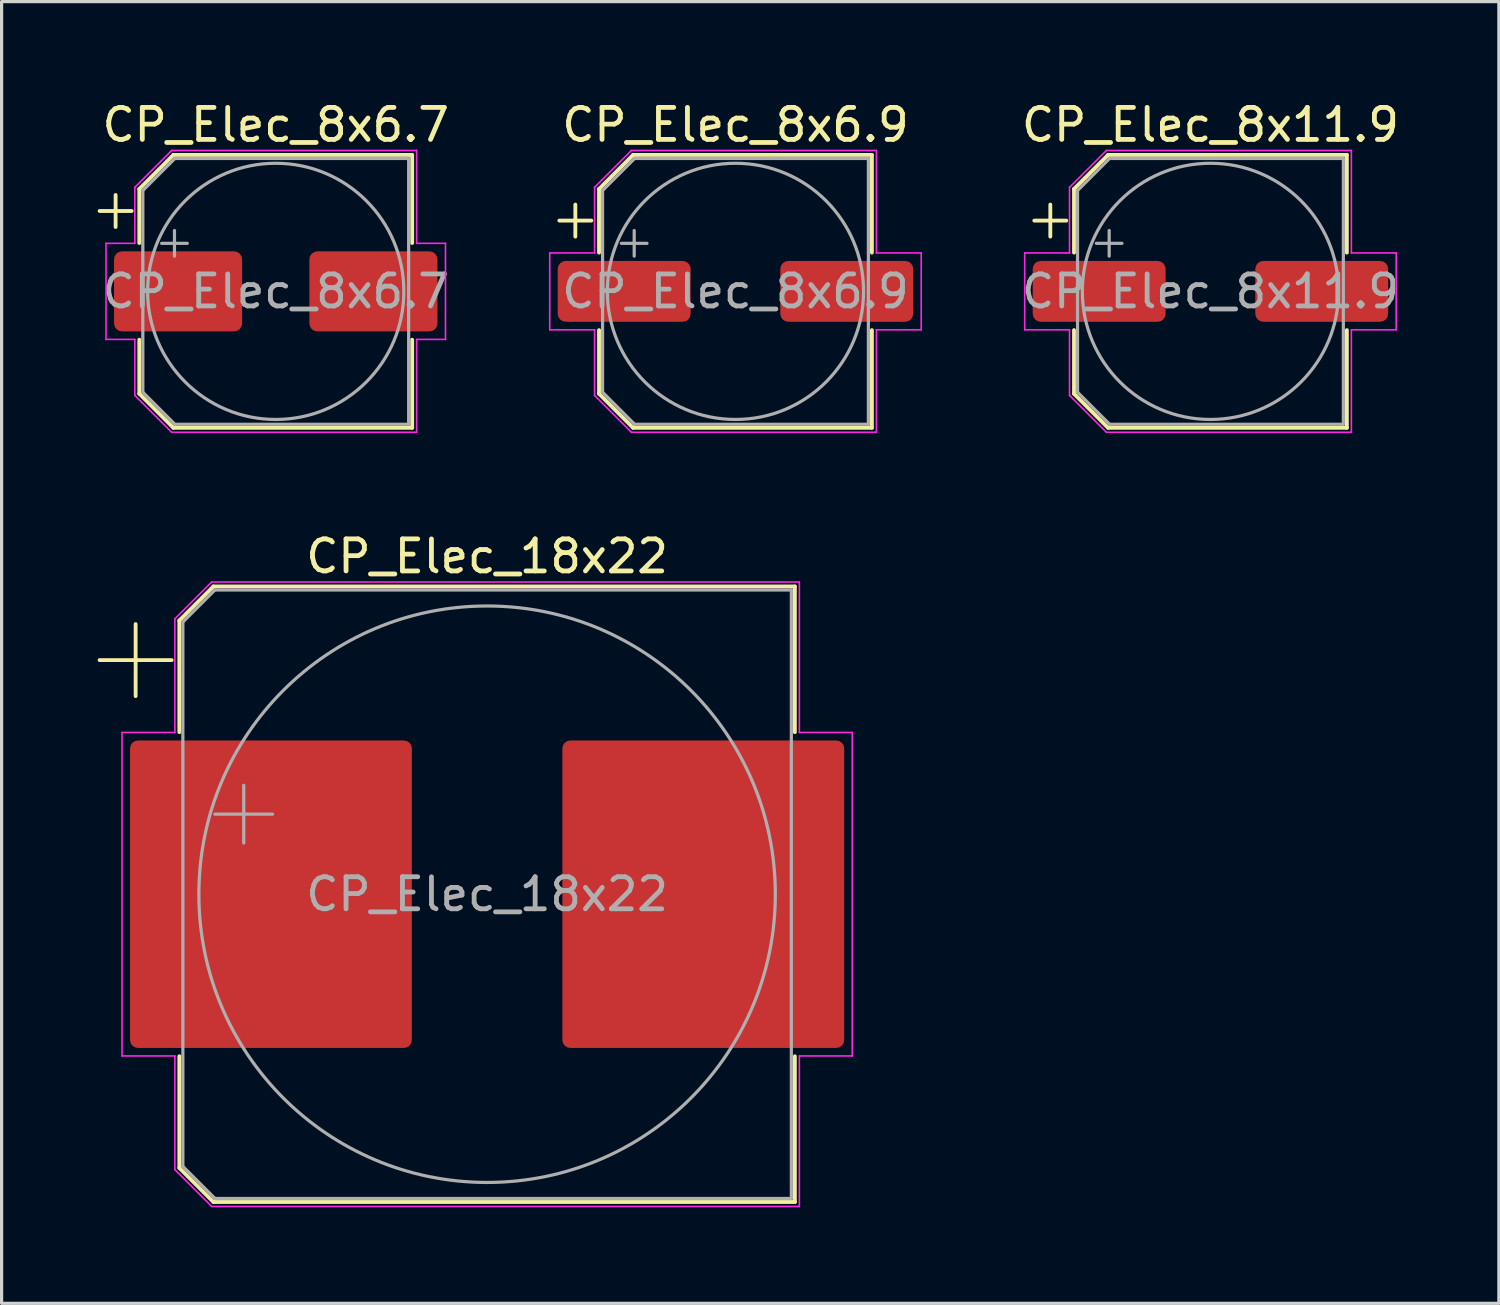
<source format=kicad_pcb>
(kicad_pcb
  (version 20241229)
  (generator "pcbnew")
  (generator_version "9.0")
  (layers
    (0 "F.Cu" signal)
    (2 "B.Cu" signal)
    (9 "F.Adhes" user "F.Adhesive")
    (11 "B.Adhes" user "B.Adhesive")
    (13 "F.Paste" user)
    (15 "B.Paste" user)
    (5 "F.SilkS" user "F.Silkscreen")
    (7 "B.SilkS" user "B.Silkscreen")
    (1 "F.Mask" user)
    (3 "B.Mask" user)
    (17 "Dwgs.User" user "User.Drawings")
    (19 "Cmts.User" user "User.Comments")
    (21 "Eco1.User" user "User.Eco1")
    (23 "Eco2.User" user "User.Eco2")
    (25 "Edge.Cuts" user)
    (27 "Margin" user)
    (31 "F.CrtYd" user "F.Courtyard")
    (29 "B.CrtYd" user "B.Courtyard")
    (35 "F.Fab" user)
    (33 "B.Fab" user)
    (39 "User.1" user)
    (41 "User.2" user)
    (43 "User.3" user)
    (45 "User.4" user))
  (footprint "CP_Elec_8x6.9"
    (layer "F.Cu")
    (at 19.915 6.048)
    (property "Reference" "CP_Elec_8x6.9" (at 0 -5.2 0) (layer "F.SilkS") (effects (font (size 1 1) (thickness 0.15))))
    (attr smd)
    (fp_line (start -5.5 -2.21) (end -4.5 -2.21) (stroke (width 0.12) (type solid)) (layer "F.SilkS"))
    (fp_line (start -5 -2.71) (end -5 -1.71) (stroke (width 0.12) (type solid)) (layer "F.SilkS"))
    (fp_line (start -4.26 -3.196) (end -4.26 -1.21) (stroke (width 0.12) (type solid)) (layer "F.SilkS"))
    (fp_line (start -4.26 -3.196) (end -3.196 -4.26) (stroke (width 0.12) (type solid)) (layer "F.SilkS"))
    (fp_line (start -4.26 3.196) (end -4.26 1.21) (stroke (width 0.12) (type solid)) (layer "F.SilkS"))
    (fp_line (start -4.26 3.196) (end -3.196 4.26) (stroke (width 0.12) (type solid)) (layer "F.SilkS"))
    (fp_line (start -3.196 -4.26) (end 4.26 -4.26) (stroke (width 0.12) (type solid)) (layer "F.SilkS"))
    (fp_line (start -3.196 4.26) (end 4.26 4.26) (stroke (width 0.12) (type solid)) (layer "F.SilkS"))
    (fp_line (start 4.26 -4.26) (end 4.26 -1.21) (stroke (width 0.12) (type solid)) (layer "F.SilkS"))
    (fp_line (start 4.26 4.26) (end 4.26 1.21) (stroke (width 0.12) (type solid)) (layer "F.SilkS"))
    (fp_line (start -5.8 -1.2) (end -5.8 1.2) (stroke (width 0.05) (type solid)) (layer "F.CrtYd"))
    (fp_line (start -5.8 1.2) (end -4.4 1.2) (stroke (width 0.05) (type solid)) (layer "F.CrtYd"))
    (fp_line (start -4.4 -3.25) (end -4.4 -1.2) (stroke (width 0.05) (type solid)) (layer "F.CrtYd"))
    (fp_line (start -4.4 -3.25) (end -3.25 -4.4) (stroke (width 0.05) (type solid)) (layer "F.CrtYd"))
    (fp_line (start -4.4 -1.2) (end -5.8 -1.2) (stroke (width 0.05) (type solid)) (layer "F.CrtYd"))
    (fp_line (start -4.4 1.2) (end -4.4 3.25) (stroke (width 0.05) (type solid)) (layer "F.CrtYd"))
    (fp_line (start -4.4 3.25) (end -3.25 4.4) (stroke (width 0.05) (type solid)) (layer "F.CrtYd"))
    (fp_line (start -3.25 -4.4) (end 4.4 -4.4) (stroke (width 0.05) (type solid)) (layer "F.CrtYd"))
    (fp_line (start -3.25 4.4) (end 4.4 4.4) (stroke (width 0.05) (type solid)) (layer "F.CrtYd"))
    (fp_line (start 4.4 -4.4) (end 4.4 -1.2) (stroke (width 0.05) (type solid)) (layer "F.CrtYd"))
    (fp_line (start 4.4 -1.2) (end 5.8 -1.2) (stroke (width 0.05) (type solid)) (layer "F.CrtYd"))
    (fp_line (start 4.4 1.2) (end 4.4 4.4) (stroke (width 0.05) (type solid)) (layer "F.CrtYd"))
    (fp_line (start 5.8 -1.2) (end 5.8 1.2) (stroke (width 0.05) (type solid)) (layer "F.CrtYd"))
    (fp_line (start 5.8 1.2) (end 4.4 1.2) (stroke (width 0.05) (type solid)) (layer "F.CrtYd"))
    (fp_line (start -4.15 -3.15) (end -4.15 3.15) (stroke (width 0.1) (type solid)) (layer "F.Fab"))
    (fp_line (start -4.15 -3.15) (end -3.15 -4.15) (stroke (width 0.1) (type solid)) (layer "F.Fab"))
    (fp_line (start -4.15 3.15) (end -3.15 4.15) (stroke (width 0.1) (type solid)) (layer "F.Fab"))
    (fp_line (start -3.562 -1.5) (end -2.762 -1.5) (stroke (width 0.1) (type solid)) (layer "F.Fab"))
    (fp_line (start -3.162 -1.9) (end -3.162 -1.1) (stroke (width 0.1) (type solid)) (layer "F.Fab"))
    (fp_line (start -3.15 -4.15) (end 4.15 -4.15) (stroke (width 0.1) (type solid)) (layer "F.Fab"))
    (fp_line (start -3.15 4.15) (end 4.15 4.15) (stroke (width 0.1) (type solid)) (layer "F.Fab"))
    (fp_line (start 4.15 -4.15) (end 4.15 4.15) (stroke (width 0.1) (type solid)) (layer "F.Fab"))
    (fp_circle (center 0 0) (end 4 0) (stroke (width 0.1) (type solid)) (fill no) (layer "F.Fab"))
    (fp_text user "${REFERENCE}" (at 0 0 0) (layer "F.Fab") (effects (font (size 1 1) (thickness 0.15))))
    (pad "1" smd roundrect (at -3.475 0) (size 4.15 1.9) (layers "F.Cu" "F.Mask" "F.Paste") (roundrect_rratio 0.132))
    (pad "2" smd roundrect (at 3.475 0) (size 4.15 1.9) (layers "F.Cu" "F.Mask" "F.Paste") (roundrect_rratio 0.132)))
  (footprint "CP_Elec_18x22"
    (layer "F.Cu")
    (at 12.16 24.872)
    (property "Reference" "CP_Elec_18x22" (at 0 -10.55 0) (layer "F.SilkS") (effects (font (size 1 1) (thickness 0.15))))
    (attr smd)
    (fp_line (start -12.1 -7.31) (end -9.85 -7.31) (stroke (width 0.12) (type solid)) (layer "F.SilkS"))
    (fp_line (start -10.975 -8.435) (end -10.975 -6.185) (stroke (width 0.12) (type solid)) (layer "F.SilkS"))
    (fp_line (start -9.61 -8.546) (end -9.61 -5.06) (stroke (width 0.12) (type solid)) (layer "F.SilkS"))
    (fp_line (start -9.61 -8.546) (end -8.546 -9.61) (stroke (width 0.12) (type solid)) (layer "F.SilkS"))
    (fp_line (start -9.61 8.546) (end -9.61 5.06) (stroke (width 0.12) (type solid)) (layer "F.SilkS"))
    (fp_line (start -9.61 8.546) (end -8.546 9.61) (stroke (width 0.12) (type solid)) (layer "F.SilkS"))
    (fp_line (start -8.546 -9.61) (end 9.61 -9.61) (stroke (width 0.12) (type solid)) (layer "F.SilkS"))
    (fp_line (start -8.546 9.61) (end 9.61 9.61) (stroke (width 0.12) (type solid)) (layer "F.SilkS"))
    (fp_line (start 9.61 -9.61) (end 9.61 -5.06) (stroke (width 0.12) (type solid)) (layer "F.SilkS"))
    (fp_line (start 9.61 9.61) (end 9.61 5.06) (stroke (width 0.12) (type solid)) (layer "F.SilkS"))
    (fp_line (start -11.4 -5.05) (end -11.4 5.05) (stroke (width 0.05) (type solid)) (layer "F.CrtYd"))
    (fp_line (start -11.4 5.05) (end -9.75 5.05) (stroke (width 0.05) (type solid)) (layer "F.CrtYd"))
    (fp_line (start -9.75 -8.6) (end -9.75 -5.05) (stroke (width 0.05) (type solid)) (layer "F.CrtYd"))
    (fp_line (start -9.75 -8.6) (end -8.6 -9.75) (stroke (width 0.05) (type solid)) (layer "F.CrtYd"))
    (fp_line (start -9.75 -5.05) (end -11.4 -5.05) (stroke (width 0.05) (type solid)) (layer "F.CrtYd"))
    (fp_line (start -9.75 5.05) (end -9.75 8.6) (stroke (width 0.05) (type solid)) (layer "F.CrtYd"))
    (fp_line (start -9.75 8.6) (end -8.6 9.75) (stroke (width 0.05) (type solid)) (layer "F.CrtYd"))
    (fp_line (start -8.6 -9.75) (end 9.75 -9.75) (stroke (width 0.05) (type solid)) (layer "F.CrtYd"))
    (fp_line (start -8.6 9.75) (end 9.75 9.75) (stroke (width 0.05) (type solid)) (layer "F.CrtYd"))
    (fp_line (start 9.75 -9.75) (end 9.75 -5.05) (stroke (width 0.05) (type solid)) (layer "F.CrtYd"))
    (fp_line (start 9.75 -5.05) (end 11.4 -5.05) (stroke (width 0.05) (type solid)) (layer "F.CrtYd"))
    (fp_line (start 9.75 5.05) (end 9.75 9.75) (stroke (width 0.05) (type solid)) (layer "F.CrtYd"))
    (fp_line (start 11.4 -5.05) (end 11.4 5.05) (stroke (width 0.05) (type solid)) (layer "F.CrtYd"))
    (fp_line (start 11.4 5.05) (end 9.75 5.05) (stroke (width 0.05) (type solid)) (layer "F.CrtYd"))
    (fp_line (start -9.5 -8.5) (end -9.5 8.5) (stroke (width 0.1) (type solid)) (layer "F.Fab"))
    (fp_line (start -9.5 -8.5) (end -8.5 -9.5) (stroke (width 0.1) (type solid)) (layer "F.Fab"))
    (fp_line (start -9.5 8.5) (end -8.5 9.5) (stroke (width 0.1) (type solid)) (layer "F.Fab"))
    (fp_line (start -8.5 -9.5) (end 9.5 -9.5) (stroke (width 0.1) (type solid)) (layer "F.Fab"))
    (fp_line (start -8.5 9.5) (end 9.5 9.5) (stroke (width 0.1) (type solid)) (layer "F.Fab"))
    (fp_line (start -8.499 -2.5) (end -6.699 -2.5) (stroke (width 0.1) (type solid)) (layer "F.Fab"))
    (fp_line (start -7.599 -3.4) (end -7.599 -1.6) (stroke (width 0.1) (type solid)) (layer "F.Fab"))
    (fp_line (start 9.5 -9.5) (end 9.5 9.5) (stroke (width 0.1) (type solid)) (layer "F.Fab"))
    (fp_circle (center 0 0) (end 9 0) (stroke (width 0.1) (type solid)) (fill no) (layer "F.Fab"))
    (fp_text user "${REFERENCE}" (at 0 0 0) (layer "F.Fab") (effects (font (size 1 1) (thickness 0.15))))
    (pad "1" smd roundrect (at -6.75 0) (size 8.8 9.6) (layers "F.Cu" "F.Mask" "F.Paste") (roundrect_rratio 0.028))
    (pad "2" smd roundrect (at 6.75 0) (size 8.8 9.6) (layers "F.Cu" "F.Mask" "F.Paste") (roundrect_rratio 0.028)))
  (footprint "CP_Elec_8x11.9"
    (layer "F.Cu")
    (at 34.746 6.048)
    (property "Reference" "CP_Elec_8x11.9" (at 0 -5.2 0) (layer "F.SilkS") (effects (font (size 1 1) (thickness 0.15))))
    (attr smd)
    (fp_line (start -5.5 -2.21) (end -4.5 -2.21) (stroke (width 0.12) (type solid)) (layer "F.SilkS"))
    (fp_line (start -5 -2.71) (end -5 -1.71) (stroke (width 0.12) (type solid)) (layer "F.SilkS"))
    (fp_line (start -4.26 -3.196) (end -4.26 -1.21) (stroke (width 0.12) (type solid)) (layer "F.SilkS"))
    (fp_line (start -4.26 -3.196) (end -3.196 -4.26) (stroke (width 0.12) (type solid)) (layer "F.SilkS"))
    (fp_line (start -4.26 3.196) (end -4.26 1.21) (stroke (width 0.12) (type solid)) (layer "F.SilkS"))
    (fp_line (start -4.26 3.196) (end -3.196 4.26) (stroke (width 0.12) (type solid)) (layer "F.SilkS"))
    (fp_line (start -3.196 -4.26) (end 4.26 -4.26) (stroke (width 0.12) (type solid)) (layer "F.SilkS"))
    (fp_line (start -3.196 4.26) (end 4.26 4.26) (stroke (width 0.12) (type solid)) (layer "F.SilkS"))
    (fp_line (start 4.26 -4.26) (end 4.26 -1.21) (stroke (width 0.12) (type solid)) (layer "F.SilkS"))
    (fp_line (start 4.26 4.26) (end 4.26 1.21) (stroke (width 0.12) (type solid)) (layer "F.SilkS"))
    (fp_line (start -5.8 -1.2) (end -5.8 1.2) (stroke (width 0.05) (type solid)) (layer "F.CrtYd"))
    (fp_line (start -5.8 1.2) (end -4.4 1.2) (stroke (width 0.05) (type solid)) (layer "F.CrtYd"))
    (fp_line (start -4.4 -3.25) (end -4.4 -1.2) (stroke (width 0.05) (type solid)) (layer "F.CrtYd"))
    (fp_line (start -4.4 -3.25) (end -3.25 -4.4) (stroke (width 0.05) (type solid)) (layer "F.CrtYd"))
    (fp_line (start -4.4 -1.2) (end -5.8 -1.2) (stroke (width 0.05) (type solid)) (layer "F.CrtYd"))
    (fp_line (start -4.4 1.2) (end -4.4 3.25) (stroke (width 0.05) (type solid)) (layer "F.CrtYd"))
    (fp_line (start -4.4 3.25) (end -3.25 4.4) (stroke (width 0.05) (type solid)) (layer "F.CrtYd"))
    (fp_line (start -3.25 -4.4) (end 4.4 -4.4) (stroke (width 0.05) (type solid)) (layer "F.CrtYd"))
    (fp_line (start -3.25 4.4) (end 4.4 4.4) (stroke (width 0.05) (type solid)) (layer "F.CrtYd"))
    (fp_line (start 4.4 -4.4) (end 4.4 -1.2) (stroke (width 0.05) (type solid)) (layer "F.CrtYd"))
    (fp_line (start 4.4 -1.2) (end 5.8 -1.2) (stroke (width 0.05) (type solid)) (layer "F.CrtYd"))
    (fp_line (start 4.4 1.2) (end 4.4 4.4) (stroke (width 0.05) (type solid)) (layer "F.CrtYd"))
    (fp_line (start 5.8 -1.2) (end 5.8 1.2) (stroke (width 0.05) (type solid)) (layer "F.CrtYd"))
    (fp_line (start 5.8 1.2) (end 4.4 1.2) (stroke (width 0.05) (type solid)) (layer "F.CrtYd"))
    (fp_line (start -4.15 -3.15) (end -4.15 3.15) (stroke (width 0.1) (type solid)) (layer "F.Fab"))
    (fp_line (start -4.15 -3.15) (end -3.15 -4.15) (stroke (width 0.1) (type solid)) (layer "F.Fab"))
    (fp_line (start -4.15 3.15) (end -3.15 4.15) (stroke (width 0.1) (type solid)) (layer "F.Fab"))
    (fp_line (start -3.562 -1.5) (end -2.762 -1.5) (stroke (width 0.1) (type solid)) (layer "F.Fab"))
    (fp_line (start -3.162 -1.9) (end -3.162 -1.1) (stroke (width 0.1) (type solid)) (layer "F.Fab"))
    (fp_line (start -3.15 -4.15) (end 4.15 -4.15) (stroke (width 0.1) (type solid)) (layer "F.Fab"))
    (fp_line (start -3.15 4.15) (end 4.15 4.15) (stroke (width 0.1) (type solid)) (layer "F.Fab"))
    (fp_line (start 4.15 -4.15) (end 4.15 4.15) (stroke (width 0.1) (type solid)) (layer "F.Fab"))
    (fp_circle (center 0 0) (end 4 0) (stroke (width 0.1) (type solid)) (fill no) (layer "F.Fab"))
    (fp_text user "${REFERENCE}" (at 0 0 0) (layer "F.Fab") (effects (font (size 1 1) (thickness 0.15))))
    (pad "1" smd roundrect (at -3.475 0) (size 4.15 1.9) (layers "F.Cu" "F.Mask" "F.Paste") (roundrect_rratio 0.132))
    (pad "2" smd roundrect (at 3.475 0) (size 4.15 1.9) (layers "F.Cu" "F.Mask" "F.Paste") (roundrect_rratio 0.132)))
  (footprint "CP_Elec_8x6.7"
    (layer "F.Cu")
    (at 5.56 6.048)
    (property "Reference" "CP_Elec_8x6.7" (at 0 -5.2 0) (layer "F.SilkS") (effects (font (size 1 1) (thickness 0.15))))
    (attr smd)
    (fp_line (start -5.5 -2.51) (end -4.5 -2.51) (stroke (width 0.12) (type solid)) (layer "F.SilkS"))
    (fp_line (start -5 -3.01) (end -5 -2.01) (stroke (width 0.12) (type solid)) (layer "F.SilkS"))
    (fp_line (start -4.26 -3.196) (end -4.26 -1.51) (stroke (width 0.12) (type solid)) (layer "F.SilkS"))
    (fp_line (start -4.26 -3.196) (end -3.196 -4.26) (stroke (width 0.12) (type solid)) (layer "F.SilkS"))
    (fp_line (start -4.26 3.196) (end -4.26 1.51) (stroke (width 0.12) (type solid)) (layer "F.SilkS"))
    (fp_line (start -4.26 3.196) (end -3.196 4.26) (stroke (width 0.12) (type solid)) (layer "F.SilkS"))
    (fp_line (start -3.196 -4.26) (end 4.26 -4.26) (stroke (width 0.12) (type solid)) (layer "F.SilkS"))
    (fp_line (start -3.196 4.26) (end 4.26 4.26) (stroke (width 0.12) (type solid)) (layer "F.SilkS"))
    (fp_line (start 4.26 -4.26) (end 4.26 -1.51) (stroke (width 0.12) (type solid)) (layer "F.SilkS"))
    (fp_line (start 4.26 4.26) (end 4.26 1.51) (stroke (width 0.12) (type solid)) (layer "F.SilkS"))
    (fp_line (start -5.3 -1.5) (end -5.3 1.5) (stroke (width 0.05) (type solid)) (layer "F.CrtYd"))
    (fp_line (start -5.3 1.5) (end -4.4 1.5) (stroke (width 0.05) (type solid)) (layer "F.CrtYd"))
    (fp_line (start -4.4 -3.25) (end -4.4 -1.5) (stroke (width 0.05) (type solid)) (layer "F.CrtYd"))
    (fp_line (start -4.4 -3.25) (end -3.25 -4.4) (stroke (width 0.05) (type solid)) (layer "F.CrtYd"))
    (fp_line (start -4.4 -1.5) (end -5.3 -1.5) (stroke (width 0.05) (type solid)) (layer "F.CrtYd"))
    (fp_line (start -4.4 1.5) (end -4.4 3.25) (stroke (width 0.05) (type solid)) (layer "F.CrtYd"))
    (fp_line (start -4.4 3.25) (end -3.25 4.4) (stroke (width 0.05) (type solid)) (layer "F.CrtYd"))
    (fp_line (start -3.25 -4.4) (end 4.4 -4.4) (stroke (width 0.05) (type solid)) (layer "F.CrtYd"))
    (fp_line (start -3.25 4.4) (end 4.4 4.4) (stroke (width 0.05) (type solid)) (layer "F.CrtYd"))
    (fp_line (start 4.4 -4.4) (end 4.4 -1.5) (stroke (width 0.05) (type solid)) (layer "F.CrtYd"))
    (fp_line (start 4.4 -1.5) (end 5.3 -1.5) (stroke (width 0.05) (type solid)) (layer "F.CrtYd"))
    (fp_line (start 4.4 1.5) (end 4.4 4.4) (stroke (width 0.05) (type solid)) (layer "F.CrtYd"))
    (fp_line (start 5.3 -1.5) (end 5.3 1.5) (stroke (width 0.05) (type solid)) (layer "F.CrtYd"))
    (fp_line (start 5.3 1.5) (end 4.4 1.5) (stroke (width 0.05) (type solid)) (layer "F.CrtYd"))
    (fp_line (start -4.15 -3.15) (end -4.15 3.15) (stroke (width 0.1) (type solid)) (layer "F.Fab"))
    (fp_line (start -4.15 -3.15) (end -3.15 -4.15) (stroke (width 0.1) (type solid)) (layer "F.Fab"))
    (fp_line (start -4.15 3.15) (end -3.15 4.15) (stroke (width 0.1) (type solid)) (layer "F.Fab"))
    (fp_line (start -3.562 -1.5) (end -2.762 -1.5) (stroke (width 0.1) (type solid)) (layer "F.Fab"))
    (fp_line (start -3.162 -1.9) (end -3.162 -1.1) (stroke (width 0.1) (type solid)) (layer "F.Fab"))
    (fp_line (start -3.15 -4.15) (end 4.15 -4.15) (stroke (width 0.1) (type solid)) (layer "F.Fab"))
    (fp_line (start -3.15 4.15) (end 4.15 4.15) (stroke (width 0.1) (type solid)) (layer "F.Fab"))
    (fp_line (start 4.15 -4.15) (end 4.15 4.15) (stroke (width 0.1) (type solid)) (layer "F.Fab"))
    (fp_circle (center 0 0) (end 4 0) (stroke (width 0.1) (type solid)) (fill no) (layer "F.Fab"))
    (fp_text user "${REFERENCE}" (at 0 0 0) (layer "F.Fab") (effects (font (size 1 1) (thickness 0.15))))
    (pad "1" smd roundrect (at -3.05 0) (size 4 2.5) (layers "F.Cu" "F.Mask" "F.Paste") (roundrect_rratio 0.1))
    (pad "2" smd roundrect (at 3.05 0) (size 4 2.5) (layers "F.Cu" "F.Mask" "F.Paste") (roundrect_rratio 0.1)))
  (gr_rect
    (start -3 -3)
    (end 43.752 37.647)
    (stroke (width 0.1) (type default))
    (fill no)
    (layer "Edge.Cuts")))
</source>
